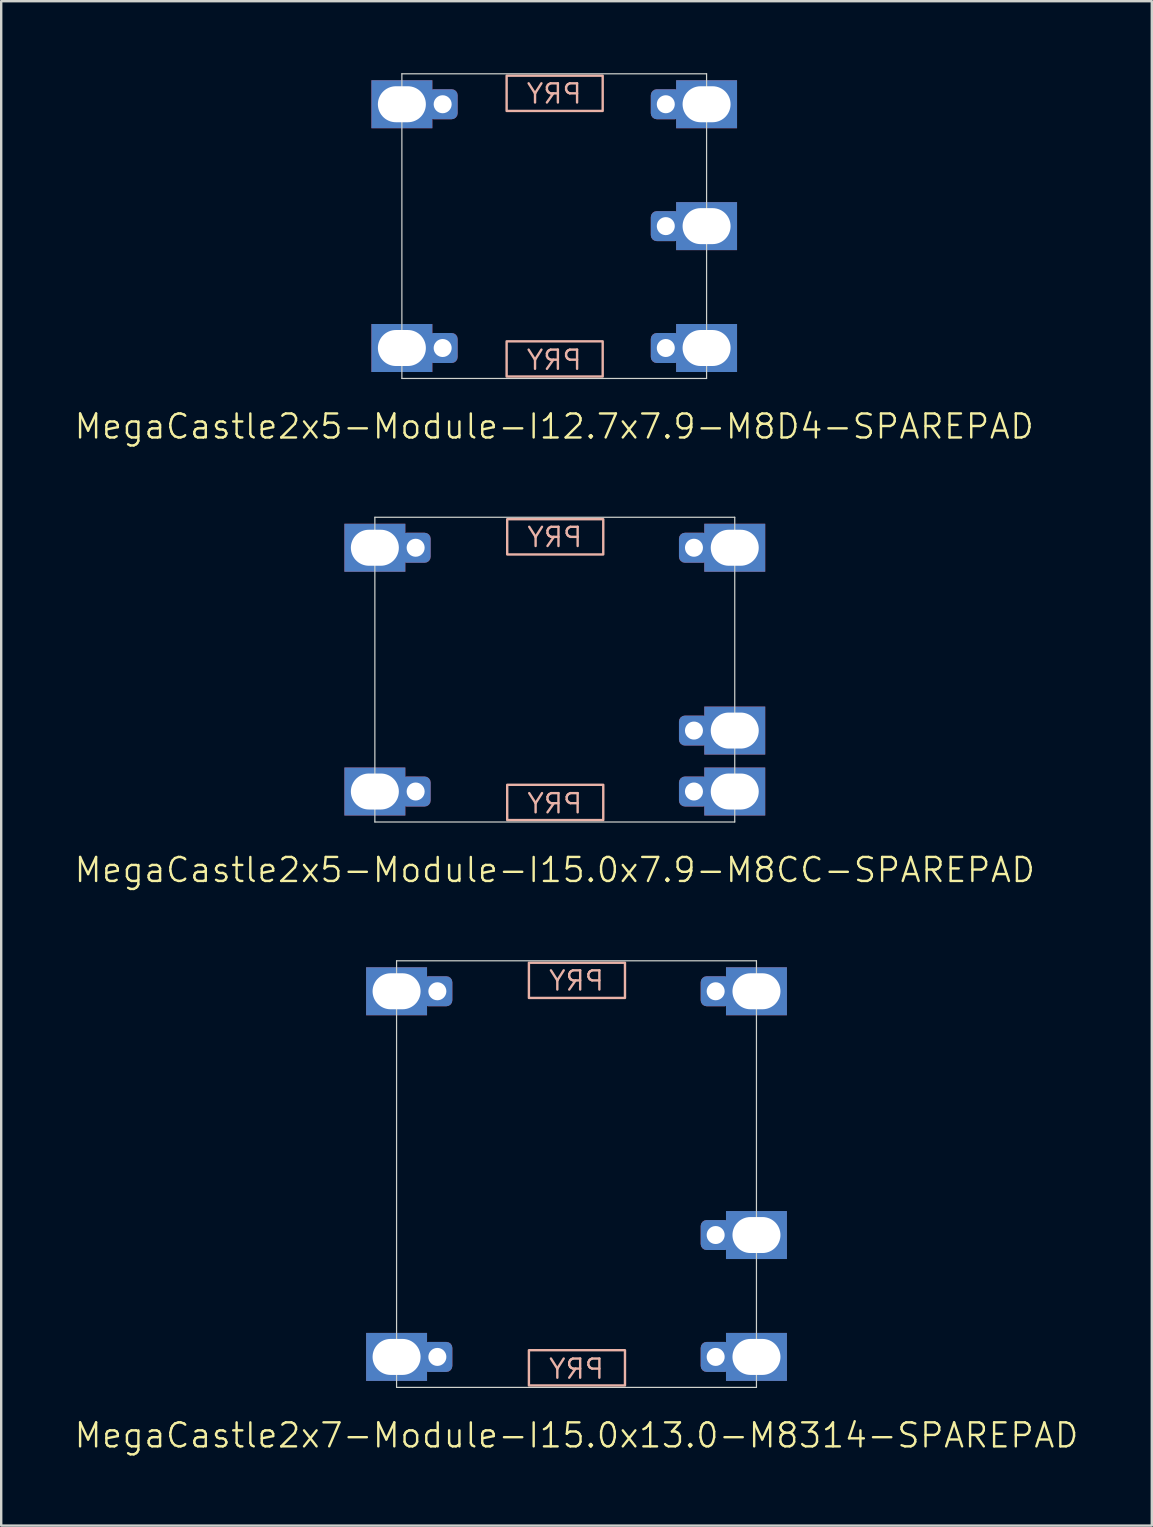
<source format=kicad_pcb>
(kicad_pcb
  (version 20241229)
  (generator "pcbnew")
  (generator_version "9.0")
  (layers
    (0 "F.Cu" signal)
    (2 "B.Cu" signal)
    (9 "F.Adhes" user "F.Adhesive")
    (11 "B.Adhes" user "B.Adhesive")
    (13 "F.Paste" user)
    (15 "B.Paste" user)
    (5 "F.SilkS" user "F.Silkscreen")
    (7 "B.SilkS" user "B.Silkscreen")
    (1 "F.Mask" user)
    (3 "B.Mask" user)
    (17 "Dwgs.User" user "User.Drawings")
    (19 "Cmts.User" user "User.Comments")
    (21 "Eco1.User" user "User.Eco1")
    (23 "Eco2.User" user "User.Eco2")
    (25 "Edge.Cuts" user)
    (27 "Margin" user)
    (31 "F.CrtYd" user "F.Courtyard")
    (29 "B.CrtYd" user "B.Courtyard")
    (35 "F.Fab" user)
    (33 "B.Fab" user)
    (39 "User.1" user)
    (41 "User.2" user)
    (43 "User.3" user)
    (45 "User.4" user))
  (footprint "MegaCastle2x5-Module-I12.7x7.9-M8D4-SPAREPAD"
    (layer "F.Cu")
    (at 20.05 6.375)
    (property "Reference" "MegaCastle2x5-Module-I12.7x7.9-M8D4-SPAREPAD" (at 0 8.35 0) (unlocked yes) (layer "F.SilkS") (effects (font (size 1 1) (thickness 0.1))))
    (attr smd)
    (fp_rect (start -1.984 -4.801) (end 2.02 -6.27) (stroke (width 0.1) (type default)) (fill no) (layer "B.SilkS"))
    (fp_rect (start -1.984 4.801) (end 2.02 6.27) (stroke (width 0.1) (type default)) (fill no) (layer "B.SilkS"))
    (fp_line (start -6.35 -6.35) (end -6.35 6.35) (stroke (width 0.05) (type default)) (layer "Edge.Cuts"))
    (fp_line (start -6.35 -6.35) (end 6.35 -6.35) (stroke (width 0.05) (type default)) (layer "Edge.Cuts"))
    (fp_line (start -6.35 6.35) (end 6.35 6.35) (stroke (width 0.05) (type default)) (layer "Edge.Cuts"))
    (fp_line (start 6.35 -6.35) (end 6.35 6.35) (stroke (width 0.05) (type default)) (layer "Edge.Cuts"))
    (fp_text user "PRY" (at 0 -5.05 0) (unlocked yes) (layer "B.SilkS") (effects (font (size 0.8 0.8) (thickness 0.1)) (justify bottom mirror)))
    (fp_text user "PRY" (at 0 6.05 0) (unlocked yes) (layer "B.SilkS") (effects (font (size 0.8 0.8) (thickness 0.1)) (justify bottom mirror)))
    (pad "1" thru_hole rect (at -6.35 -5.08) (size 2.54 2) (drill oval 2 1.5) (property pad_prop_castellated) (layers "*.Cu" "*.Mask"))
    (pad "1" thru_hole roundrect (at -4.65 -5.08 180) (size 1.25 1.25) (drill 0.75) (layers "*.Cu" "*.Mask") (roundrect_rratio 0.2))
    (pad "5" thru_hole rect (at -6.35 5.08) (size 2.54 2) (drill oval 2 1.5) (property pad_prop_castellated) (layers "*.Cu" "*.Mask"))
    (pad "5" thru_hole roundrect (at -4.65 5.08 180) (size 1.25 1.25) (drill 0.75) (layers "*.Cu" "*.Mask") (roundrect_rratio 0.2))
    (pad "6" thru_hole roundrect (at 4.65 -5.08 180) (size 1.25 1.25) (drill 0.75) (layers "*.Cu" "*.Mask") (roundrect_rratio 0.2))
    (pad "6" thru_hole rect (at 6.35 -5.08) (size 2.54 2) (drill oval 2 1.5) (property pad_prop_castellated) (layers "*.Cu" "*.Mask"))
    (pad "8" thru_hole roundrect (at 4.65 0 180) (size 1.25 1.25) (drill 0.75) (layers "*.Cu" "*.Mask") (roundrect_rratio 0.2))
    (pad "8" thru_hole rect (at 6.35 0) (size 2.54 2) (drill oval 2 1.5) (property pad_prop_castellated) (layers "*.Cu" "*.Mask"))
    (pad "10" thru_hole roundrect (at 4.65 5.08 180) (size 1.25 1.25) (drill 0.75) (layers "*.Cu" "*.Mask") (roundrect_rratio 0.2))
    (pad "10" thru_hole rect (at 6.35 5.08) (size 2.54 2) (drill oval 2 1.5) (property pad_prop_castellated) (layers "*.Cu" "*.Mask"))
    (zone (net_name "") (layer "B.Cu") (hatch edge 0.5) (connect_pads) (min_thickness 0.25) (filled_areas_thickness no) (keepout (tracks allowed) (vias allowed) (pads allowed) (copperpour allowed) (footprints not_allowed)) (placement (enabled no)) (fill) (polygon (pts (xy 13.7 0.025) (xy 13.7 2.425) (xy 26.4 2.425) (xy 26.4 0.025))))
    (zone (net_name "") (layer "B.Cu") (hatch edge 0.5) (connect_pads) (min_thickness 0.25) (filled_areas_thickness no) (keepout (tracks allowed) (vias allowed) (pads allowed) (copperpour allowed) (footprints not_allowed)) (placement (enabled no)) (fill) (polygon (pts (xy 13.7 12.725) (xy 13.7 10.325) (xy 26.4 10.325) (xy 26.4 12.725))))
    (zone (net_name "") (layer "B.Cu") (name "Upper Pry Zone") (hatch edge 0.5) (connect_pads) (min_thickness 0.25) (filled_areas_thickness no) (keepout (tracks not_allowed) (vias not_allowed) (pads not_allowed) (copperpour allowed) (footprints not_allowed)) (placement (enabled no)) (fill) (polygon (pts (xy 18.066 1.574) (xy 18.066 0.105) (xy 22.07 0.105) (xy 22.07 1.574))))
    (zone (net_name "") (layer "B.Cu") (name "Upper Pry Zone") (hatch edge 0.5) (connect_pads) (min_thickness 0.25) (filled_areas_thickness no) (keepout (tracks not_allowed) (vias not_allowed) (pads not_allowed) (copperpour allowed) (footprints not_allowed)) (placement (enabled no)) (fill) (polygon (pts (xy 18.066 11.176) (xy 18.066 12.645) (xy 22.07 12.645) (xy 22.07 11.176)))))
  (footprint "MegaCastle2x5-Module-I15.0x7.9-M8CC-SPAREPAD"
    (layer "F.Cu")
    (at 20.074 24.86)
    (property "Reference" "MegaCastle2x5-Module-I15.0x7.9-M8CC-SPAREPAD" (at 0 8.35 0) (unlocked yes) (layer "F.SilkS") (effects (font (size 1 1) (thickness 0.1))))
    (attr smd)
    (fp_rect (start -1.984 -4.801) (end 2.02 -6.27) (stroke (width 0.1) (type default)) (fill no) (layer "B.SilkS"))
    (fp_rect (start -1.984 4.801) (end 2.02 6.27) (stroke (width 0.1) (type default)) (fill no) (layer "B.SilkS"))
    (fp_line (start -7.5 -6.35) (end -7.5 6.35) (stroke (width 0.05) (type default)) (layer "Edge.Cuts"))
    (fp_line (start -7.5 -6.35) (end 7.5 -6.35) (stroke (width 0.05) (type default)) (layer "Edge.Cuts"))
    (fp_line (start -7.5 6.35) (end 7.5 6.35) (stroke (width 0.05) (type default)) (layer "Edge.Cuts"))
    (fp_line (start 7.5 -6.35) (end 7.5 6.35) (stroke (width 0.05) (type default)) (layer "Edge.Cuts"))
    (fp_text user "PRY" (at 0 6.05 0) (unlocked yes) (layer "B.SilkS") (effects (font (size 0.8 0.8) (thickness 0.1)) (justify bottom mirror)))
    (fp_text user "PRY" (at 0 -5.05 0) (unlocked yes) (layer "B.SilkS") (effects (font (size 0.8 0.8) (thickness 0.1)) (justify bottom mirror)))
    (pad "1" thru_hole rect (at -7.5 -5.08) (size 2.54 2) (drill oval 2 1.5) (property pad_prop_castellated) (layers "*.Cu" "*.Mask"))
    (pad "1" thru_hole roundrect (at -5.8 -5.08 180) (size 1.25 1.25) (drill 0.75) (layers "*.Cu" "*.Mask") (roundrect_rratio 0.2))
    (pad "5" thru_hole rect (at -7.5 5.08) (size 2.54 2) (drill oval 2 1.5) (property pad_prop_castellated) (layers "*.Cu" "*.Mask"))
    (pad "5" thru_hole roundrect (at -5.8 5.08 180) (size 1.25 1.25) (drill 0.75) (layers "*.Cu" "*.Mask") (roundrect_rratio 0.2))
    (pad "6" thru_hole roundrect (at 5.8 -5.08 180) (size 1.25 1.25) (drill 0.75) (layers "*.Cu" "*.Mask") (roundrect_rratio 0.2))
    (pad "6" thru_hole rect (at 7.5 -5.08) (size 2.54 2) (drill oval 2 1.5) (property pad_prop_castellated) (layers "*.Cu" "*.Mask"))
    (pad "9" thru_hole roundrect (at 5.8 2.54 180) (size 1.25 1.25) (drill 0.75) (layers "*.Cu" "*.Mask") (roundrect_rratio 0.2))
    (pad "9" thru_hole rect (at 7.5 2.54) (size 2.54 2) (drill oval 2 1.5) (property pad_prop_castellated) (layers "*.Cu" "*.Mask"))
    (pad "10" thru_hole roundrect (at 5.8 5.08 180) (size 1.25 1.25) (drill 0.75) (layers "*.Cu" "*.Mask") (roundrect_rratio 0.2))
    (pad "10" thru_hole rect (at 7.5 5.08) (size 2.54 2) (drill oval 2 1.5) (property pad_prop_castellated) (layers "*.Cu" "*.Mask"))
    (zone (net_name "") (layer "B.Cu") (hatch edge 0.5) (connect_pads) (min_thickness 0.25) (filled_areas_thickness no) (keepout (tracks allowed) (vias allowed) (pads allowed) (copperpour allowed) (footprints not_allowed)) (placement (enabled no)) (fill) (polygon (pts (xy 12.574 18.511) (xy 12.574 20.91) (xy 27.574 20.91) (xy 27.574 18.511))))
    (zone (net_name "") (layer "B.Cu") (hatch edge 0.5) (connect_pads) (min_thickness 0.25) (filled_areas_thickness no) (keepout (tracks allowed) (vias allowed) (pads allowed) (copperpour allowed) (footprints not_allowed)) (placement (enabled no)) (fill) (polygon (pts (xy 12.574 31.21) (xy 12.574 28.811) (xy 27.574 28.811) (xy 27.574 31.21))))
    (zone (net_name "") (layer "B.Cu") (name "Upper Pry Zone") (hatch edge 0.5) (connect_pads) (min_thickness 0.25) (filled_areas_thickness no) (keepout (tracks not_allowed) (vias not_allowed) (pads not_allowed) (copperpour allowed) (footprints not_allowed)) (placement (enabled no)) (fill) (polygon (pts (xy 18.09 20.059) (xy 18.09 18.59) (xy 22.093 18.59) (xy 22.093 20.059))))
    (zone (net_name "") (layer "B.Cu") (name "Upper Pry Zone") (hatch edge 0.5) (connect_pads) (min_thickness 0.25) (filled_areas_thickness no) (keepout (tracks not_allowed) (vias not_allowed) (pads not_allowed) (copperpour allowed) (footprints not_allowed)) (placement (enabled no)) (fill) (polygon (pts (xy 18.09 29.662) (xy 18.09 31.131) (xy 22.093 31.131) (xy 22.093 29.662)))))
  (footprint "MegaCastle2x7-Module-I15.0x13.0-M8314-SPAREPAD"
    (layer "F.Cu")
    (at 20.979 45.886)
    (property "Reference" "MegaCastle2x7-Module-I15.0x13.0-M8314-SPAREPAD" (at 0 10.89 0) (unlocked yes) (layer "F.SilkS") (effects (font (size 1 1) (thickness 0.1))))
    (attr smd)
    (fp_rect (start -1.984 -7.341) (end 2.02 -8.81) (stroke (width 0.1) (type default)) (fill no) (layer "B.SilkS"))
    (fp_rect (start -1.984 7.341) (end 2.02 8.81) (stroke (width 0.1) (type default)) (fill no) (layer "B.SilkS"))
    (fp_line (start -7.5 -8.89) (end -7.5 8.89) (stroke (width 0.05) (type default)) (layer "Edge.Cuts"))
    (fp_line (start -7.5 -8.89) (end 7.5 -8.89) (stroke (width 0.05) (type default)) (layer "Edge.Cuts"))
    (fp_line (start -7.5 8.89) (end 7.5 8.89) (stroke (width 0.05) (type default)) (layer "Edge.Cuts"))
    (fp_line (start 7.5 -8.89) (end 7.5 8.89) (stroke (width 0.05) (type default)) (layer "Edge.Cuts"))
    (fp_text user "PRY" (at 0 -7.59 0) (unlocked yes) (layer "B.SilkS") (effects (font (size 0.8 0.8) (thickness 0.1)) (justify bottom mirror)))
    (fp_text user "PRY" (at 0 8.59 0) (unlocked yes) (layer "B.SilkS") (effects (font (size 0.8 0.8) (thickness 0.1)) (justify bottom mirror)))
    (pad "1" thru_hole rect (at -7.5 -7.62) (size 2.54 2) (drill oval 2 1.5) (property pad_prop_castellated) (layers "*.Cu" "*.Mask"))
    (pad "1" thru_hole roundrect (at -5.8 -7.62 180) (size 1.25 1.25) (drill 0.75) (layers "*.Cu" "*.Mask") (roundrect_rratio 0.2))
    (pad "7" thru_hole rect (at -7.5 7.62) (size 2.54 2) (drill oval 2 1.5) (property pad_prop_castellated) (layers "*.Cu" "*.Mask"))
    (pad "7" thru_hole roundrect (at -5.8 7.62 180) (size 1.25 1.25) (drill 0.75) (layers "*.Cu" "*.Mask") (roundrect_rratio 0.2))
    (pad "8" thru_hole roundrect (at 5.8 -7.62 180) (size 1.25 1.25) (drill 0.75) (layers "*.Cu" "*.Mask") (roundrect_rratio 0.2))
    (pad "8" thru_hole rect (at 7.5 -7.62) (size 2.54 2) (drill oval 2 1.5) (property pad_prop_castellated) (layers "*.Cu" "*.Mask"))
    (pad "12" thru_hole roundrect (at 5.8 2.54 180) (size 1.25 1.25) (drill 0.75) (layers "*.Cu" "*.Mask") (roundrect_rratio 0.2))
    (pad "12" thru_hole rect (at 7.5 2.54) (size 2.54 2) (drill oval 2 1.5) (property pad_prop_castellated) (layers "*.Cu" "*.Mask"))
    (pad "14" thru_hole roundrect (at 5.8 7.62 180) (size 1.25 1.25) (drill 0.75) (layers "*.Cu" "*.Mask") (roundrect_rratio 0.2))
    (pad "14" thru_hole rect (at 7.5 7.62) (size 2.54 2) (drill oval 2 1.5) (property pad_prop_castellated) (layers "*.Cu" "*.Mask"))
    (zone (net_name "") (layer "B.Cu") (hatch edge 0.5) (connect_pads) (min_thickness 0.25) (filled_areas_thickness no) (keepout (tracks allowed) (vias allowed) (pads allowed) (copperpour allowed) (footprints not_allowed)) (placement (enabled no)) (fill) (polygon (pts (xy 13.479 36.996) (xy 13.479 39.396) (xy 28.479 39.396) (xy 28.479 36.996))))
    (zone (net_name "") (layer "B.Cu") (hatch edge 0.5) (connect_pads) (min_thickness 0.25) (filled_areas_thickness no) (keepout (tracks allowed) (vias allowed) (pads allowed) (copperpour allowed) (footprints not_allowed)) (placement (enabled no)) (fill) (polygon (pts (xy 13.479 54.776) (xy 13.479 52.376) (xy 28.479 52.376) (xy 28.479 54.776))))
    (zone (net_name "") (layer "B.Cu") (name "Upper Pry Zone") (hatch edge 0.5) (connect_pads) (min_thickness 0.25) (filled_areas_thickness no) (keepout (tracks not_allowed) (vias not_allowed) (pads not_allowed) (copperpour allowed) (footprints not_allowed)) (placement (enabled no)) (fill) (polygon (pts (xy 18.994 38.545) (xy 18.994 37.076) (xy 22.998 37.076) (xy 22.998 38.545))))
    (zone (net_name "") (layer "B.Cu") (name "Upper Pry Zone") (hatch edge 0.5) (connect_pads) (min_thickness 0.25) (filled_areas_thickness no) (keepout (tracks not_allowed) (vias not_allowed) (pads not_allowed) (copperpour allowed) (footprints not_allowed)) (placement (enabled no)) (fill) (polygon (pts (xy 18.994 53.227) (xy 18.994 54.696) (xy 22.998 54.696) (xy 22.998 53.227)))))
  (gr_rect
    (start -3 -3)
    (end 44.957 60.536)
    (stroke (width 0.1) (type default))
    (fill no)
    (layer "Edge.Cuts")))
</source>
